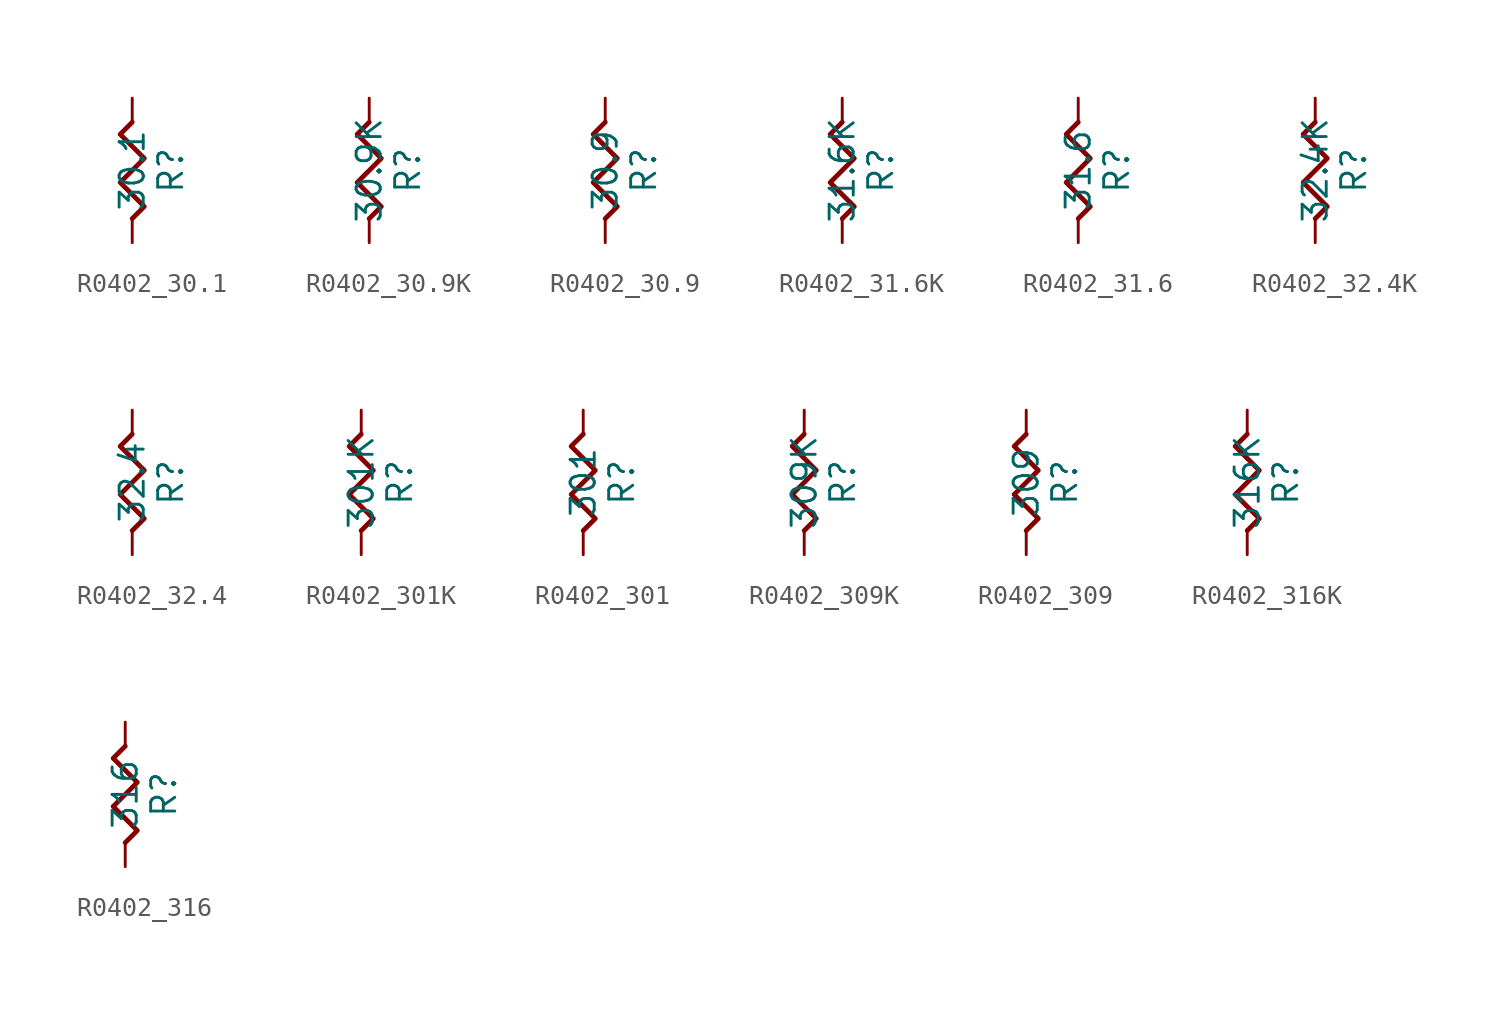
<source format=kicad_sym>
(kicad_symbol_lib
  (version 20211014)
  (generator atlantix-eda)
  (symbol "R0402_30.1"
    (pin_numbers hide)
    (pin_names
      (offset 0))
    (property "Reference" "R"
      (at 2.032 0 90)
      (effects (font (size 1.27 1.27))))
    (property "Value" "30.1"
      (at 0 0 90)
      (effects (font (size 1.27 1.27))))
    (symbol "R0402_30.1_0_1"
      (polyline (pts (xy 0 -2.54) (xy 0.635 -1.905) (xy -0.635 -0.635) (xy 0.635 0.635) (xy -0.635 1.905) (xy 0 2.54)) (stroke (width 0.254) (type default) (color 0 0 0 0)) (fill (type none))))
    (symbol "R0402_30.1_1_1"
      (pin passive line (at 0 3.81 270) (length 1.27) (name "~" (effects (font (size 1.27 1.27)))) (number "1" (effects (font (size 1.27 1.27)))))
      (pin passive line (at 0 -3.81 90) (length 1.27) (name "~" (effects (font (size 1.27 1.27)))) (number "2" (effects (font (size 1.27 1.27)))))))
  (symbol "R0402_30.9K"
    (pin_numbers hide)
    (pin_names
      (offset 0))
    (property "Reference" "R"
      (at 2.032 0 90)
      (effects (font (size 1.27 1.27))))
    (property "Value" "30.9K"
      (at 0 0 90)
      (effects (font (size 1.27 1.27))))
    (symbol "R0402_30.9K_0_1"
      (polyline (pts (xy 0 -2.54) (xy 0.635 -1.905) (xy -0.635 -0.635) (xy 0.635 0.635) (xy -0.635 1.905) (xy 0 2.54)) (stroke (width 0.254) (type default) (color 0 0 0 0)) (fill (type none))))
    (symbol "R0402_30.9K_1_1"
      (pin passive line (at 0 3.81 270) (length 1.27) (name "~" (effects (font (size 1.27 1.27)))) (number "1" (effects (font (size 1.27 1.27)))))
      (pin passive line (at 0 -3.81 90) (length 1.27) (name "~" (effects (font (size 1.27 1.27)))) (number "2" (effects (font (size 1.27 1.27)))))))
  (symbol "R0402_30.9"
    (pin_numbers hide)
    (pin_names
      (offset 0))
    (property "Reference" "R"
      (at 2.032 0 90)
      (effects (font (size 1.27 1.27))))
    (property "Value" "30.9"
      (at 0 0 90)
      (effects (font (size 1.27 1.27))))
    (symbol "R0402_30.9_0_1"
      (polyline (pts (xy 0 -2.54) (xy 0.635 -1.905) (xy -0.635 -0.635) (xy 0.635 0.635) (xy -0.635 1.905) (xy 0 2.54)) (stroke (width 0.254) (type default) (color 0 0 0 0)) (fill (type none))))
    (symbol "R0402_30.9_1_1"
      (pin passive line (at 0 3.81 270) (length 1.27) (name "~" (effects (font (size 1.27 1.27)))) (number "1" (effects (font (size 1.27 1.27)))))
      (pin passive line (at 0 -3.81 90) (length 1.27) (name "~" (effects (font (size 1.27 1.27)))) (number "2" (effects (font (size 1.27 1.27)))))))
  (symbol "R0402_31.6K"
    (pin_numbers hide)
    (pin_names
      (offset 0))
    (property "Reference" "R"
      (at 2.032 0 90)
      (effects (font (size 1.27 1.27))))
    (property "Value" "31.6K"
      (at 0 0 90)
      (effects (font (size 1.27 1.27))))
    (symbol "R0402_31.6K_0_1"
      (polyline (pts (xy 0 -2.54) (xy 0.635 -1.905) (xy -0.635 -0.635) (xy 0.635 0.635) (xy -0.635 1.905) (xy 0 2.54)) (stroke (width 0.254) (type default) (color 0 0 0 0)) (fill (type none))))
    (symbol "R0402_31.6K_1_1"
      (pin passive line (at 0 3.81 270) (length 1.27) (name "~" (effects (font (size 1.27 1.27)))) (number "1" (effects (font (size 1.27 1.27)))))
      (pin passive line (at 0 -3.81 90) (length 1.27) (name "~" (effects (font (size 1.27 1.27)))) (number "2" (effects (font (size 1.27 1.27)))))))
  (symbol "R0402_31.6"
    (pin_numbers hide)
    (pin_names
      (offset 0))
    (property "Reference" "R"
      (at 2.032 0 90)
      (effects (font (size 1.27 1.27))))
    (property "Value" "31.6"
      (at 0 0 90)
      (effects (font (size 1.27 1.27))))
    (symbol "R0402_31.6_0_1"
      (polyline (pts (xy 0 -2.54) (xy 0.635 -1.905) (xy -0.635 -0.635) (xy 0.635 0.635) (xy -0.635 1.905) (xy 0 2.54)) (stroke (width 0.254) (type default) (color 0 0 0 0)) (fill (type none))))
    (symbol "R0402_31.6_1_1"
      (pin passive line (at 0 3.81 270) (length 1.27) (name "~" (effects (font (size 1.27 1.27)))) (number "1" (effects (font (size 1.27 1.27)))))
      (pin passive line (at 0 -3.81 90) (length 1.27) (name "~" (effects (font (size 1.27 1.27)))) (number "2" (effects (font (size 1.27 1.27)))))))
  (symbol "R0402_32.4K"
    (pin_numbers hide)
    (pin_names
      (offset 0))
    (property "Reference" "R"
      (at 2.032 0 90)
      (effects (font (size 1.27 1.27))))
    (property "Value" "32.4K"
      (at 0 0 90)
      (effects (font (size 1.27 1.27))))
    (symbol "R0402_32.4K_0_1"
      (polyline (pts (xy 0 -2.54) (xy 0.635 -1.905) (xy -0.635 -0.635) (xy 0.635 0.635) (xy -0.635 1.905) (xy 0 2.54)) (stroke (width 0.254) (type default) (color 0 0 0 0)) (fill (type none))))
    (symbol "R0402_32.4K_1_1"
      (pin passive line (at 0 3.81 270) (length 1.27) (name "~" (effects (font (size 1.27 1.27)))) (number "1" (effects (font (size 1.27 1.27)))))
      (pin passive line (at 0 -3.81 90) (length 1.27) (name "~" (effects (font (size 1.27 1.27)))) (number "2" (effects (font (size 1.27 1.27)))))))
  (symbol "R0402_32.4"
    (pin_numbers hide)
    (pin_names
      (offset 0))
    (property "Reference" "R"
      (at 2.032 0 90)
      (effects (font (size 1.27 1.27))))
    (property "Value" "32.4"
      (at 0 0 90)
      (effects (font (size 1.27 1.27))))
    (symbol "R0402_32.4_0_1"
      (polyline (pts (xy 0 -2.54) (xy 0.635 -1.905) (xy -0.635 -0.635) (xy 0.635 0.635) (xy -0.635 1.905) (xy 0 2.54)) (stroke (width 0.254) (type default) (color 0 0 0 0)) (fill (type none))))
    (symbol "R0402_32.4_1_1"
      (pin passive line (at 0 3.81 270) (length 1.27) (name "~" (effects (font (size 1.27 1.27)))) (number "1" (effects (font (size 1.27 1.27)))))
      (pin passive line (at 0 -3.81 90) (length 1.27) (name "~" (effects (font (size 1.27 1.27)))) (number "2" (effects (font (size 1.27 1.27)))))))
  (symbol "R0402_301K"
    (pin_numbers hide)
    (pin_names
      (offset 0))
    (property "Reference" "R"
      (at 2.032 0 90)
      (effects (font (size 1.27 1.27))))
    (property "Value" "301K"
      (at 0 0 90)
      (effects (font (size 1.27 1.27))))
    (symbol "R0402_301K_0_1"
      (polyline (pts (xy 0 -2.54) (xy 0.635 -1.905) (xy -0.635 -0.635) (xy 0.635 0.635) (xy -0.635 1.905) (xy 0 2.54)) (stroke (width 0.254) (type default) (color 0 0 0 0)) (fill (type none))))
    (symbol "R0402_301K_1_1"
      (pin passive line (at 0 3.81 270) (length 1.27) (name "~" (effects (font (size 1.27 1.27)))) (number "1" (effects (font (size 1.27 1.27)))))
      (pin passive line (at 0 -3.81 90) (length 1.27) (name "~" (effects (font (size 1.27 1.27)))) (number "2" (effects (font (size 1.27 1.27)))))))
  (symbol "R0402_301"
    (pin_numbers hide)
    (pin_names
      (offset 0))
    (property "Reference" "R"
      (at 2.032 0 90)
      (effects (font (size 1.27 1.27))))
    (property "Value" "301"
      (at 0 0 90)
      (effects (font (size 1.27 1.27))))
    (symbol "R0402_301_0_1"
      (polyline (pts (xy 0 -2.54) (xy 0.635 -1.905) (xy -0.635 -0.635) (xy 0.635 0.635) (xy -0.635 1.905) (xy 0 2.54)) (stroke (width 0.254) (type default) (color 0 0 0 0)) (fill (type none))))
    (symbol "R0402_301_1_1"
      (pin passive line (at 0 3.81 270) (length 1.27) (name "~" (effects (font (size 1.27 1.27)))) (number "1" (effects (font (size 1.27 1.27)))))
      (pin passive line (at 0 -3.81 90) (length 1.27) (name "~" (effects (font (size 1.27 1.27)))) (number "2" (effects (font (size 1.27 1.27)))))))
  (symbol "R0402_309K"
    (pin_numbers hide)
    (pin_names
      (offset 0))
    (property "Reference" "R"
      (at 2.032 0 90)
      (effects (font (size 1.27 1.27))))
    (property "Value" "309K"
      (at 0 0 90)
      (effects (font (size 1.27 1.27))))
    (symbol "R0402_309K_0_1"
      (polyline (pts (xy 0 -2.54) (xy 0.635 -1.905) (xy -0.635 -0.635) (xy 0.635 0.635) (xy -0.635 1.905) (xy 0 2.54)) (stroke (width 0.254) (type default) (color 0 0 0 0)) (fill (type none))))
    (symbol "R0402_309K_1_1"
      (pin passive line (at 0 3.81 270) (length 1.27) (name "~" (effects (font (size 1.27 1.27)))) (number "1" (effects (font (size 1.27 1.27)))))
      (pin passive line (at 0 -3.81 90) (length 1.27) (name "~" (effects (font (size 1.27 1.27)))) (number "2" (effects (font (size 1.27 1.27)))))))
  (symbol "R0402_309"
    (pin_numbers hide)
    (pin_names
      (offset 0))
    (property "Reference" "R"
      (at 2.032 0 90)
      (effects (font (size 1.27 1.27))))
    (property "Value" "309"
      (at 0 0 90)
      (effects (font (size 1.27 1.27))))
    (symbol "R0402_309_0_1"
      (polyline (pts (xy 0 -2.54) (xy 0.635 -1.905) (xy -0.635 -0.635) (xy 0.635 0.635) (xy -0.635 1.905) (xy 0 2.54)) (stroke (width 0.254) (type default) (color 0 0 0 0)) (fill (type none))))
    (symbol "R0402_309_1_1"
      (pin passive line (at 0 3.81 270) (length 1.27) (name "~" (effects (font (size 1.27 1.27)))) (number "1" (effects (font (size 1.27 1.27)))))
      (pin passive line (at 0 -3.81 90) (length 1.27) (name "~" (effects (font (size 1.27 1.27)))) (number "2" (effects (font (size 1.27 1.27)))))))
  (symbol "R0402_316K"
    (pin_numbers hide)
    (pin_names
      (offset 0))
    (property "Reference" "R"
      (at 2.032 0 90)
      (effects (font (size 1.27 1.27))))
    (property "Value" "316K"
      (at 0 0 90)
      (effects (font (size 1.27 1.27))))
    (symbol "R0402_316K_0_1"
      (polyline (pts (xy 0 -2.54) (xy 0.635 -1.905) (xy -0.635 -0.635) (xy 0.635 0.635) (xy -0.635 1.905) (xy 0 2.54)) (stroke (width 0.254) (type default) (color 0 0 0 0)) (fill (type none))))
    (symbol "R0402_316K_1_1"
      (pin passive line (at 0 3.81 270) (length 1.27) (name "~" (effects (font (size 1.27 1.27)))) (number "1" (effects (font (size 1.27 1.27)))))
      (pin passive line (at 0 -3.81 90) (length 1.27) (name "~" (effects (font (size 1.27 1.27)))) (number "2" (effects (font (size 1.27 1.27)))))))
  (symbol "R0402_316"
    (pin_numbers hide)
    (pin_names
      (offset 0))
    (property "Reference" "R"
      (at 2.032 0 90)
      (effects (font (size 1.27 1.27))))
    (property "Value" "316"
      (at 0 0 90)
      (effects (font (size 1.27 1.27))))
    (symbol "R0402_316_0_1"
      (polyline (pts (xy 0 -2.54) (xy 0.635 -1.905) (xy -0.635 -0.635) (xy 0.635 0.635) (xy -0.635 1.905) (xy 0 2.54)) (stroke (width 0.254) (type default) (color 0 0 0 0)) (fill (type none))))
    (symbol "R0402_316_1_1"
      (pin passive line (at 0 3.81 270) (length 1.27) (name "~" (effects (font (size 1.27 1.27)))) (number "1" (effects (font (size 1.27 1.27)))))
      (pin passive line (at 0 -3.81 90) (length 1.27) (name "~" (effects (font (size 1.27 1.27)))) (number "2" (effects (font (size 1.27 1.27))))))))
</source>
